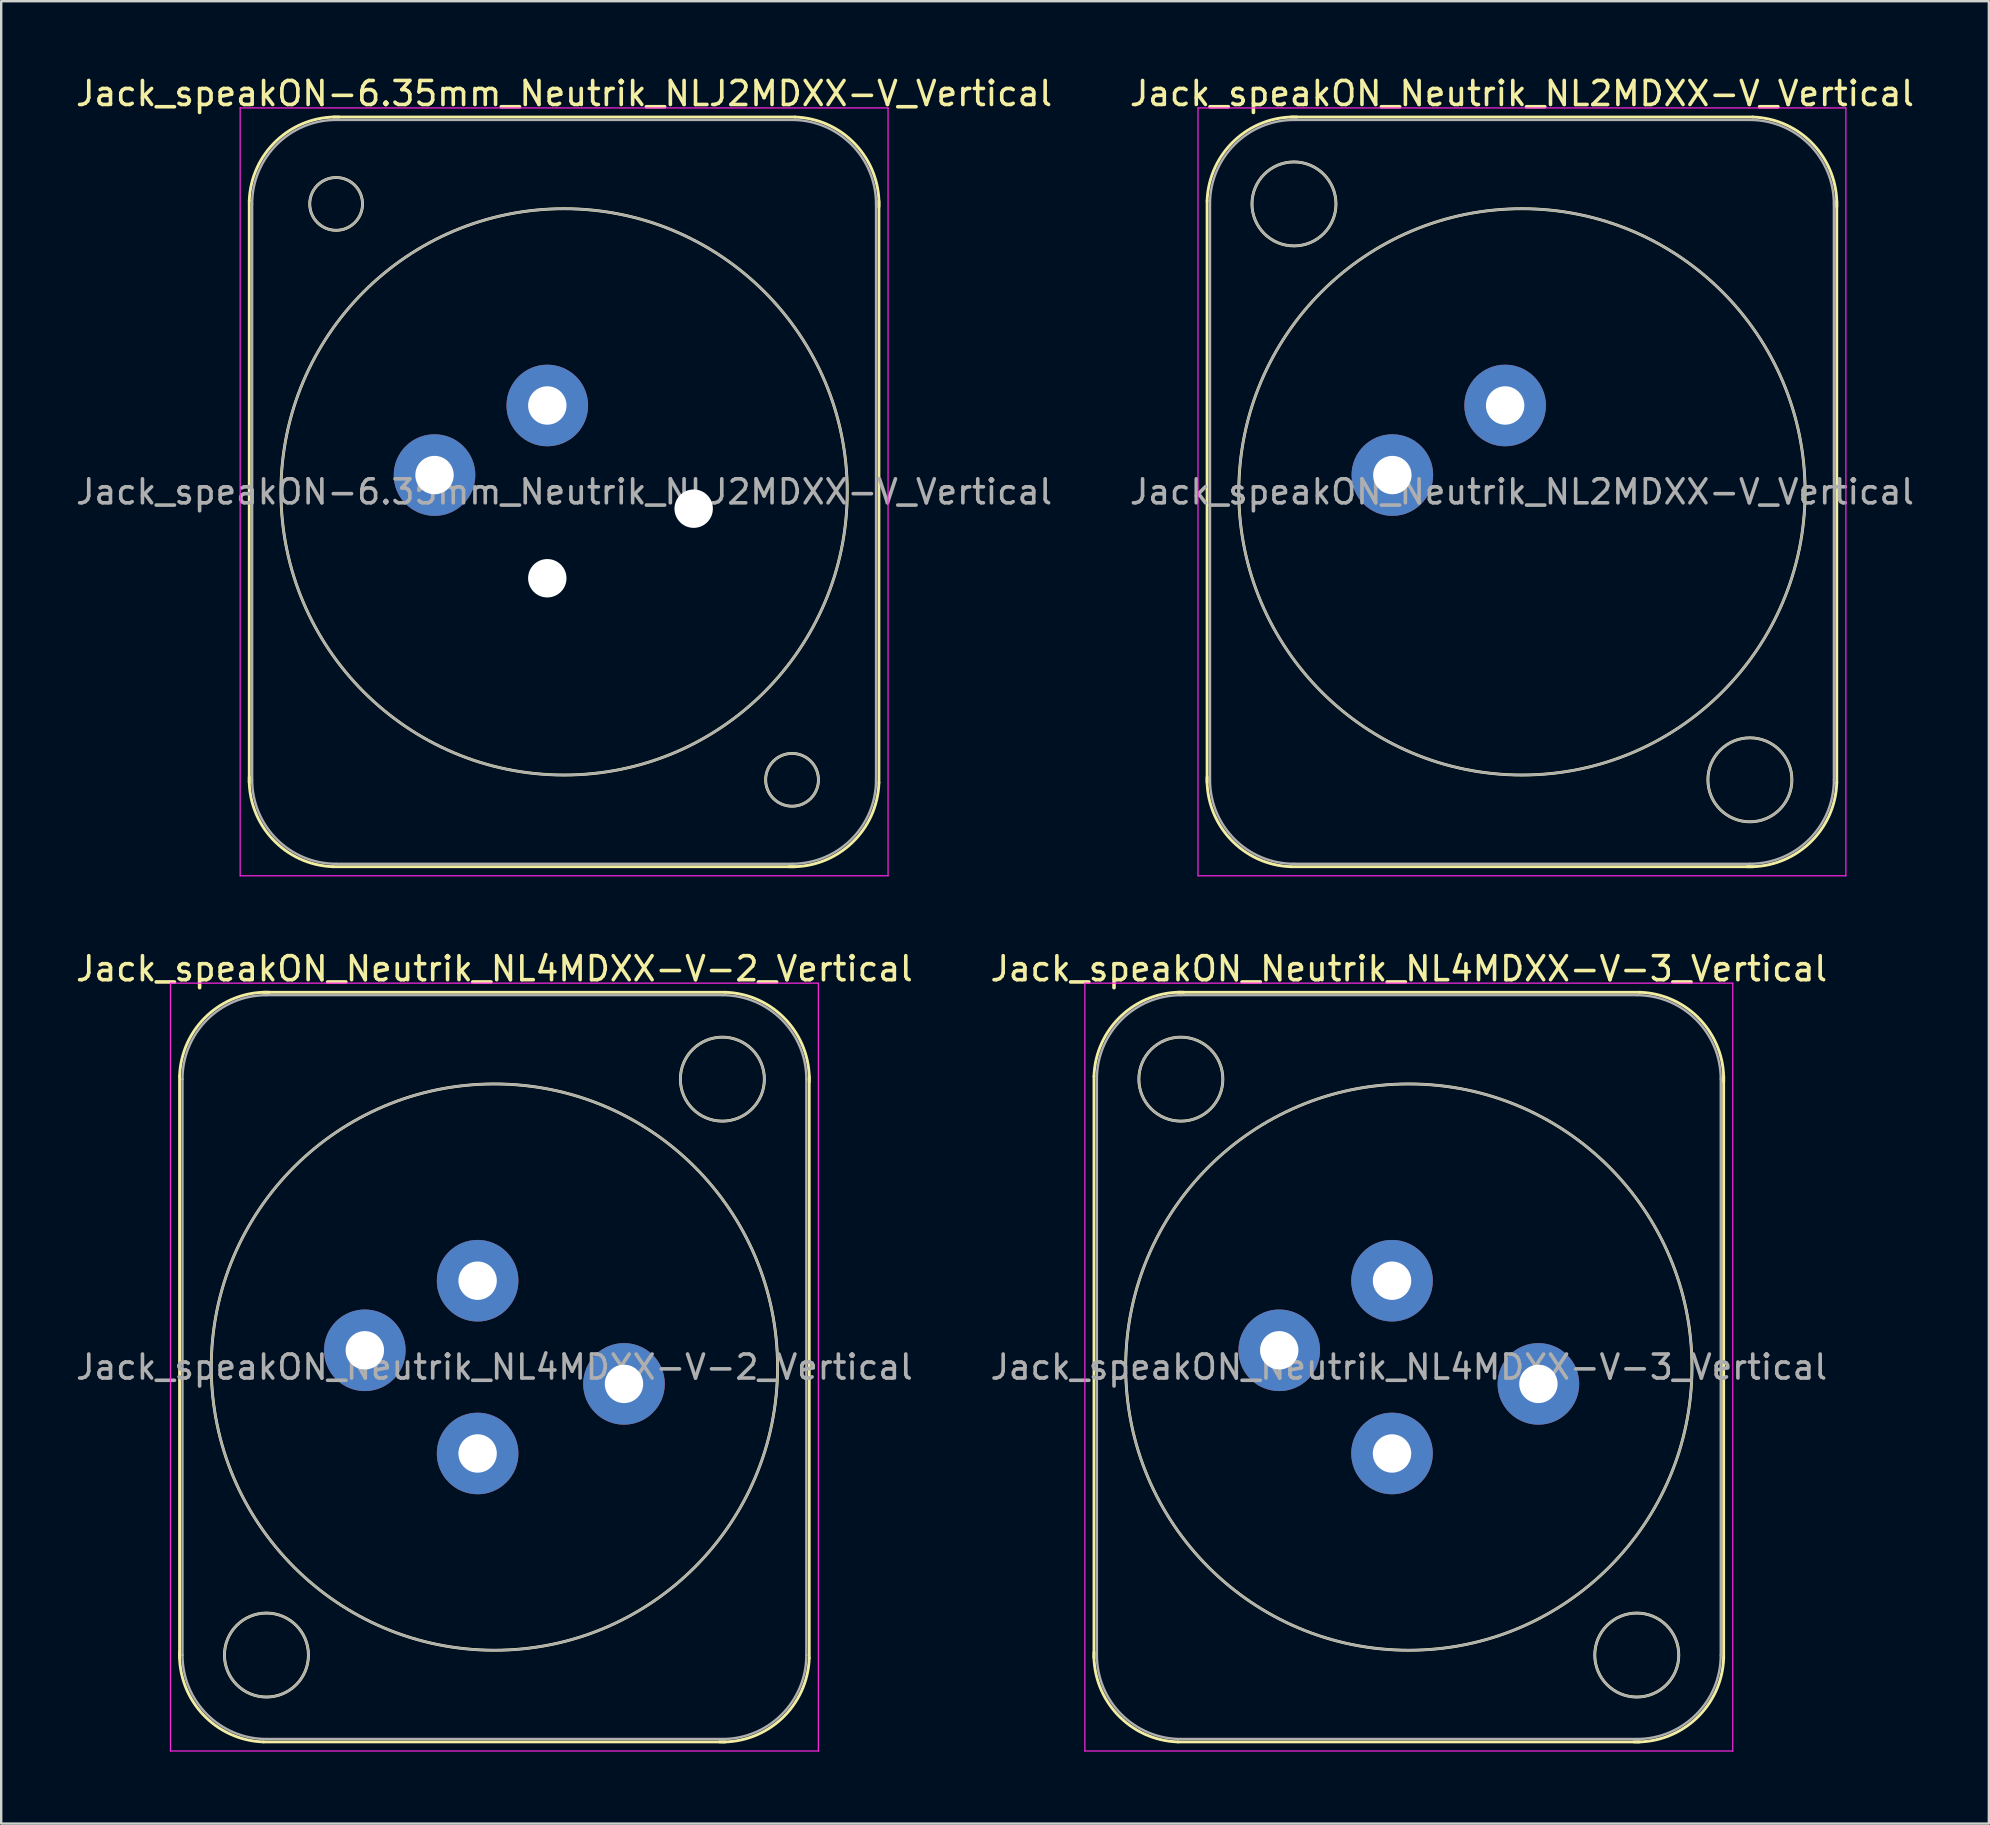
<source format=kicad_pcb>
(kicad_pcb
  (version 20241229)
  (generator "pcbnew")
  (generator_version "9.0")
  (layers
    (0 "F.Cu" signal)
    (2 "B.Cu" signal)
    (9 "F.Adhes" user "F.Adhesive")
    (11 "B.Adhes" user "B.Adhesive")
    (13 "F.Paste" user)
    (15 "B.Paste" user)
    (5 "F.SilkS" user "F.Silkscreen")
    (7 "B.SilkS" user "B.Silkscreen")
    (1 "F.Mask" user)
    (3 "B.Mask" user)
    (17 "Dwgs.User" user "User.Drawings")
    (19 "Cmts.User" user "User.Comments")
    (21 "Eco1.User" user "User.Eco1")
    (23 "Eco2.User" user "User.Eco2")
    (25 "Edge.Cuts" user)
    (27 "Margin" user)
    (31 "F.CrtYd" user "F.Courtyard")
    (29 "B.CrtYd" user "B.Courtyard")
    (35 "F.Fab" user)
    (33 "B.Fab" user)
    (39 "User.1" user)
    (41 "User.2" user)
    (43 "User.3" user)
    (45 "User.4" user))
  (footprint "Jack_speakON_Neutrik_NL2MDXX-V_Vertical"
    (layer "F.Cu")
    (at 59.675 13.848)
    (property "Reference" "Jack_speakON_Neutrik_NL2MDXX-V_Vertical" (at 0.7 -13 0) (layer "F.SilkS") (effects (font (size 1 1) (thickness 0.15))))
    (attr through_hole)
    (fp_line (start -12.42 15.72) (end -12.42 -8.52) (stroke (width 0.12) (type solid)) (layer "F.SilkS"))
    (fp_line (start -8.92 -12.02) (end 10.32 -12.02) (stroke (width 0.12) (type solid)) (layer "F.SilkS"))
    (fp_line (start -8.92 19.22) (end 10.32 19.22) (stroke (width 0.12) (type solid)) (layer "F.SilkS"))
    (fp_line (start 13.82 15.72) (end 13.82 -8.52) (stroke (width 0.12) (type solid)) (layer "F.SilkS"))
    (fp_arc (start -12.42 -8.52) (mid -11.274874 -11.044579) (end -8.68 -12.02) (stroke (width 0.12) (type solid)) (layer "F.SilkS"))
    (fp_arc (start -8.92 19.22) (mid -11.444579 18.074874) (end -12.42 15.48) (stroke (width 0.12) (type solid)) (layer "F.SilkS"))
    (fp_arc (start 10.32 -12.02) (mid 12.844579 -10.874874) (end 13.82 -8.28) (stroke (width 0.12) (type solid)) (layer "F.SilkS"))
    (fp_arc (start 13.82 15.72) (mid 12.674874 18.244579) (end 10.08 19.22) (stroke (width 0.12) (type solid)) (layer "F.SilkS"))
    (fp_circle (center -8.8 -8.4) (end -7.05 -8.4) (stroke (width 0.12) (type solid)) (fill no) (layer "F.SilkS"))
    (fp_circle (center 0.7 3.6) (end 12.5 3.6) (stroke (width 0.12) (type solid)) (fill no) (layer "F.SilkS"))
    (fp_circle (center 10.2 15.6) (end 11.95 15.6) (stroke (width 0.12) (type solid)) (fill no) (layer "F.SilkS"))
    (fp_line (start -12.8 -12.4) (end 14.2 -12.4) (stroke (width 0.05) (type solid)) (layer "F.CrtYd"))
    (fp_line (start -12.8 19.6) (end -12.8 -12.4) (stroke (width 0.05) (type solid)) (layer "F.CrtYd"))
    (fp_line (start -12.8 19.6) (end 14.2 19.6) (stroke (width 0.05) (type solid)) (layer "F.CrtYd"))
    (fp_line (start 14.2 19.6) (end 14.2 -12.4) (stroke (width 0.05) (type solid)) (layer "F.CrtYd"))
    (fp_line (start -12.3 15.6) (end -12.3 -8.4) (stroke (width 0.1) (type solid)) (layer "F.Fab"))
    (fp_line (start -8.8 -11.9) (end 10.2 -11.9) (stroke (width 0.1) (type solid)) (layer "F.Fab"))
    (fp_line (start -8.8 19.1) (end 10.2 19.1) (stroke (width 0.1) (type solid)) (layer "F.Fab"))
    (fp_line (start 13.7 15.6) (end 13.7 -8.4) (stroke (width 0.1) (type solid)) (layer "F.Fab"))
    (fp_arc (start -12.3 -8.4) (mid -11.274874 -10.874874) (end -8.8 -11.9) (stroke (width 0.1) (type solid)) (layer "F.Fab"))
    (fp_arc (start -8.8 19.1) (mid -11.274874 18.074874) (end -12.3 15.6) (stroke (width 0.1) (type solid)) (layer "F.Fab"))
    (fp_arc (start 10.2 -11.9) (mid 12.674874 -10.874874) (end 13.7 -8.4) (stroke (width 0.1) (type solid)) (layer "F.Fab"))
    (fp_arc (start 13.7 15.6) (mid 12.674874 18.074874) (end 10.2 19.1) (stroke (width 0.1) (type solid)) (layer "F.Fab"))
    (fp_circle (center -8.8 -8.4) (end -7.05 -8.4) (stroke (width 0.1) (type solid)) (fill no) (layer "F.Fab"))
    (fp_circle (center 0.7 3.6) (end 12.5 3.6) (stroke (width 0.1) (type solid)) (fill no) (layer "F.Fab"))
    (fp_circle (center 10.2 15.6) (end 8.45 15.6) (stroke (width 0.1) (type solid)) (fill no) (layer "F.Fab"))
    (fp_text user "${REFERENCE}" (at 0.7 3.6 0) (layer "F.Fab") (effects (font (size 1 1) (thickness 0.15))))
    (pad "1+" thru_hole circle (at 0 0) (size 3.4 3.4) (drill 1.6) (layers "*.Cu" "*.Mask"))
    (pad "1-" thru_hole circle (at -4.7 2.9) (size 3.4 3.4) (drill 1.6) (layers "*.Cu" "*.Mask")))
  (footprint "Jack_speakON-6.35mm_Neutrik_NLJ2MDXX-V_Vertical"
    (layer "F.Cu")
    (at 19.758 13.848)
    (property "Reference" "Jack_speakON-6.35mm_Neutrik_NLJ2MDXX-V_Vertical" (at 0.7 -13 0) (layer "F.SilkS") (effects (font (size 1 1) (thickness 0.15))))
    (attr through_hole)
    (fp_line (start -12.42 15.72) (end -12.42 -8.52) (stroke (width 0.12) (type solid)) (layer "F.SilkS"))
    (fp_line (start -8.92 -12.02) (end 10.32 -12.02) (stroke (width 0.12) (type solid)) (layer "F.SilkS"))
    (fp_line (start -8.92 19.22) (end 10.32 19.22) (stroke (width 0.12) (type solid)) (layer "F.SilkS"))
    (fp_line (start 13.82 15.72) (end 13.82 -8.52) (stroke (width 0.12) (type solid)) (layer "F.SilkS"))
    (fp_arc (start -12.42 -8.52) (mid -11.274874 -11.044579) (end -8.68 -12.02) (stroke (width 0.12) (type solid)) (layer "F.SilkS"))
    (fp_arc (start -8.92 19.22) (mid -11.444579 18.074874) (end -12.42 15.48) (stroke (width 0.12) (type solid)) (layer "F.SilkS"))
    (fp_arc (start 10.32 -12.02) (mid 12.844579 -10.874874) (end 13.82 -8.28) (stroke (width 0.12) (type solid)) (layer "F.SilkS"))
    (fp_arc (start 13.82 15.72) (mid 12.674874 18.244579) (end 10.08 19.22) (stroke (width 0.12) (type solid)) (layer "F.SilkS"))
    (fp_circle (center -8.8 -8.4) (end -7.7 -8.4) (stroke (width 0.12) (type solid)) (fill no) (layer "F.SilkS"))
    (fp_circle (center 0.7 3.6) (end 12.5 3.6) (stroke (width 0.12) (type solid)) (fill no) (layer "F.SilkS"))
    (fp_circle (center 10.2 15.6) (end 11.3 15.6) (stroke (width 0.12) (type solid)) (fill no) (layer "F.SilkS"))
    (fp_line (start -12.8 -12.4) (end 14.2 -12.4) (stroke (width 0.05) (type solid)) (layer "F.CrtYd"))
    (fp_line (start -12.8 19.6) (end -12.8 -12.4) (stroke (width 0.05) (type solid)) (layer "F.CrtYd"))
    (fp_line (start -12.8 19.6) (end 14.2 19.6) (stroke (width 0.05) (type solid)) (layer "F.CrtYd"))
    (fp_line (start 14.2 19.6) (end 14.2 -12.4) (stroke (width 0.05) (type solid)) (layer "F.CrtYd"))
    (fp_line (start -12.3 15.6) (end -12.3 -8.4) (stroke (width 0.1) (type solid)) (layer "F.Fab"))
    (fp_line (start -8.8 -11.9) (end 10.2 -11.9) (stroke (width 0.1) (type solid)) (layer "F.Fab"))
    (fp_line (start -8.8 19.1) (end 10.2 19.1) (stroke (width 0.1) (type solid)) (layer "F.Fab"))
    (fp_line (start 13.7 15.6) (end 13.7 -8.4) (stroke (width 0.1) (type solid)) (layer "F.Fab"))
    (fp_arc (start -12.3 -8.4) (mid -11.274874 -10.874874) (end -8.8 -11.9) (stroke (width 0.1) (type solid)) (layer "F.Fab"))
    (fp_arc (start -8.8 19.1) (mid -11.274874 18.074874) (end -12.3 15.6) (stroke (width 0.1) (type solid)) (layer "F.Fab"))
    (fp_arc (start 10.2 -11.9) (mid 12.674874 -10.874874) (end 13.7 -8.4) (stroke (width 0.1) (type solid)) (layer "F.Fab"))
    (fp_arc (start 13.7 15.6) (mid 12.674874 18.074874) (end 10.2 19.1) (stroke (width 0.1) (type solid)) (layer "F.Fab"))
    (fp_circle (center -8.8 -8.4) (end -7.7 -8.4) (stroke (width 0.1) (type solid)) (fill no) (layer "F.Fab"))
    (fp_circle (center 0.7 3.6) (end 12.5 3.6) (stroke (width 0.1) (type solid)) (fill no) (layer "F.Fab"))
    (fp_circle (center 10.2 15.6) (end 9.1 15.6) (stroke (width 0.1) (type solid)) (fill no) (layer "F.Fab"))
    (fp_text user "${REFERENCE}" (at 0.7 3.6 0) (layer "F.Fab") (effects (font (size 1 1) (thickness 0.15))))
    (pad "" np_thru_hole circle (at 0 7.2) (size 1.6 1.6) (drill 1.6) (layers "*.Cu" "*.Mask"))
    (pad "" np_thru_hole circle (at 6.1 4.3) (size 1.6 1.6) (drill 1.6) (layers "*.Cu" "*.Mask"))
    (pad "1+" thru_hole circle (at 0 0) (size 3.4 3.4) (drill 1.6) (layers "*.Cu" "*.Mask"))
    (pad "1-" thru_hole circle (at -4.7 2.9) (size 3.4 3.4) (drill 1.6) (layers "*.Cu" "*.Mask")))
  (footprint "Jack_speakON_Neutrik_NL4MDXX-V-3_Vertical"
    (layer "F.Cu")
    (at 54.961 50.322)
    (property "Reference" "Jack_speakON_Neutrik_NL4MDXX-V-3_Vertical" (at 0.7 -13 0) (layer "F.SilkS") (effects (font (size 1 1) (thickness 0.15))))
    (attr through_hole)
    (fp_line (start -12.42 15.72) (end -12.42 -8.52) (stroke (width 0.12) (type solid)) (layer "F.SilkS"))
    (fp_line (start -8.92 -12.02) (end 10.32 -12.02) (stroke (width 0.12) (type solid)) (layer "F.SilkS"))
    (fp_line (start -8.92 19.22) (end 10.32 19.22) (stroke (width 0.12) (type solid)) (layer "F.SilkS"))
    (fp_line (start 13.82 15.72) (end 13.82 -8.52) (stroke (width 0.12) (type solid)) (layer "F.SilkS"))
    (fp_arc (start -12.42 -8.52) (mid -11.274874 -11.044579) (end -8.68 -12.02) (stroke (width 0.12) (type solid)) (layer "F.SilkS"))
    (fp_arc (start -8.92 19.22) (mid -11.444579 18.074874) (end -12.42 15.48) (stroke (width 0.12) (type solid)) (layer "F.SilkS"))
    (fp_arc (start 10.32 -12.02) (mid 12.844579 -10.874874) (end 13.82 -8.28) (stroke (width 0.12) (type solid)) (layer "F.SilkS"))
    (fp_arc (start 13.82 15.72) (mid 12.674874 18.244579) (end 10.08 19.22) (stroke (width 0.12) (type solid)) (layer "F.SilkS"))
    (fp_circle (center -8.8 -8.4) (end -7.05 -8.4) (stroke (width 0.12) (type solid)) (fill no) (layer "F.SilkS"))
    (fp_circle (center 0.7 3.6) (end 12.5 3.6) (stroke (width 0.12) (type solid)) (fill no) (layer "F.SilkS"))
    (fp_circle (center 10.2 15.6) (end 11.95 15.6) (stroke (width 0.12) (type solid)) (fill no) (layer "F.SilkS"))
    (fp_line (start -12.8 -12.4) (end 14.2 -12.4) (stroke (width 0.05) (type solid)) (layer "F.CrtYd"))
    (fp_line (start -12.8 19.6) (end -12.8 -12.4) (stroke (width 0.05) (type solid)) (layer "F.CrtYd"))
    (fp_line (start -12.8 19.6) (end 14.2 19.6) (stroke (width 0.05) (type solid)) (layer "F.CrtYd"))
    (fp_line (start 14.2 19.6) (end 14.2 -12.4) (stroke (width 0.05) (type solid)) (layer "F.CrtYd"))
    (fp_line (start -12.3 15.6) (end -12.3 -8.4) (stroke (width 0.1) (type solid)) (layer "F.Fab"))
    (fp_line (start -8.8 -11.9) (end 10.2 -11.9) (stroke (width 0.1) (type solid)) (layer "F.Fab"))
    (fp_line (start -8.8 19.1) (end 10.2 19.1) (stroke (width 0.1) (type solid)) (layer "F.Fab"))
    (fp_line (start 13.7 15.6) (end 13.7 -8.4) (stroke (width 0.1) (type solid)) (layer "F.Fab"))
    (fp_arc (start -12.3 -8.4) (mid -11.274874 -10.874874) (end -8.8 -11.9) (stroke (width 0.1) (type solid)) (layer "F.Fab"))
    (fp_arc (start -8.8 19.1) (mid -11.274874 18.074874) (end -12.3 15.6) (stroke (width 0.1) (type solid)) (layer "F.Fab"))
    (fp_arc (start 10.2 -11.9) (mid 12.674874 -10.874874) (end 13.7 -8.4) (stroke (width 0.1) (type solid)) (layer "F.Fab"))
    (fp_arc (start 13.7 15.6) (mid 12.674874 18.074874) (end 10.2 19.1) (stroke (width 0.1) (type solid)) (layer "F.Fab"))
    (fp_circle (center -8.8 -8.4) (end -7.05 -8.4) (stroke (width 0.1) (type solid)) (fill no) (layer "F.Fab"))
    (fp_circle (center 0.7 3.6) (end 12.5 3.6) (stroke (width 0.1) (type solid)) (fill no) (layer "F.Fab"))
    (fp_circle (center 10.2 15.6) (end 8.45 15.6) (stroke (width 0.1) (type solid)) (fill no) (layer "F.Fab"))
    (fp_text user "${REFERENCE}" (at 0.7 3.6 0) (layer "F.Fab") (effects (font (size 1 1) (thickness 0.15))))
    (pad "1+" thru_hole circle (at 0 0) (size 3.4 3.4) (drill 1.6) (layers "*.Cu" "*.Mask"))
    (pad "1-" thru_hole circle (at -4.7 2.9) (size 3.4 3.4) (drill 1.6) (layers "*.Cu" "*.Mask"))
    (pad "2+" thru_hole circle (at 0 7.2) (size 3.4 3.4) (drill 1.6) (layers "*.Cu" "*.Mask"))
    (pad "2-" thru_hole circle (at 6.1 4.3) (size 3.4 3.4) (drill 1.6) (layers "*.Cu" "*.Mask")))
  (footprint "Jack_speakON_Neutrik_NL4MDXX-V-2_Vertical"
    (layer "F.Cu")
    (at 16.854 50.322)
    (property "Reference" "Jack_speakON_Neutrik_NL4MDXX-V-2_Vertical" (at 0.7 -13 0) (layer "F.SilkS") (effects (font (size 1 1) (thickness 0.15))))
    (attr through_hole)
    (fp_line (start -12.42 15.72) (end -12.42 -8.52) (stroke (width 0.12) (type solid)) (layer "F.SilkS"))
    (fp_line (start -8.92 -12.02) (end 10.32 -12.02) (stroke (width 0.12) (type solid)) (layer "F.SilkS"))
    (fp_line (start -8.92 19.22) (end 10.32 19.22) (stroke (width 0.12) (type solid)) (layer "F.SilkS"))
    (fp_line (start 13.82 15.72) (end 13.82 -8.52) (stroke (width 0.12) (type solid)) (layer "F.SilkS"))
    (fp_arc (start -12.42 -8.52) (mid -11.274874 -11.044579) (end -8.68 -12.02) (stroke (width 0.12) (type solid)) (layer "F.SilkS"))
    (fp_arc (start -8.92 19.22) (mid -11.444579 18.074874) (end -12.42 15.48) (stroke (width 0.12) (type solid)) (layer "F.SilkS"))
    (fp_arc (start 10.32 -12.02) (mid 12.844579 -10.874874) (end 13.82 -8.28) (stroke (width 0.12) (type solid)) (layer "F.SilkS"))
    (fp_arc (start 13.82 15.72) (mid 12.674874 18.244579) (end 10.08 19.22) (stroke (width 0.12) (type solid)) (layer "F.SilkS"))
    (fp_circle (center -8.8 15.6) (end -7.05 15.6) (stroke (width 0.12) (type solid)) (fill no) (layer "F.SilkS"))
    (fp_circle (center 0.7 3.6) (end 12.5 3.6) (stroke (width 0.12) (type solid)) (fill no) (layer "F.SilkS"))
    (fp_circle (center 10.2 -8.4) (end 11.95 -8.4) (stroke (width 0.12) (type solid)) (fill no) (layer "F.SilkS"))
    (fp_line (start -12.8 -12.4) (end 14.2 -12.4) (stroke (width 0.05) (type solid)) (layer "F.CrtYd"))
    (fp_line (start -12.8 19.6) (end -12.8 -12.4) (stroke (width 0.05) (type solid)) (layer "F.CrtYd"))
    (fp_line (start -12.8 19.6) (end 14.2 19.6) (stroke (width 0.05) (type solid)) (layer "F.CrtYd"))
    (fp_line (start 14.2 19.6) (end 14.2 -12.4) (stroke (width 0.05) (type solid)) (layer "F.CrtYd"))
    (fp_line (start -12.3 15.6) (end -12.3 -8.4) (stroke (width 0.1) (type solid)) (layer "F.Fab"))
    (fp_line (start -8.8 -11.9) (end 10.2 -11.9) (stroke (width 0.1) (type solid)) (layer "F.Fab"))
    (fp_line (start -8.8 19.1) (end 10.2 19.1) (stroke (width 0.1) (type solid)) (layer "F.Fab"))
    (fp_line (start 13.7 15.6) (end 13.7 -8.4) (stroke (width 0.1) (type solid)) (layer "F.Fab"))
    (fp_arc (start -12.3 -8.4) (mid -11.274874 -10.874874) (end -8.8 -11.9) (stroke (width 0.1) (type solid)) (layer "F.Fab"))
    (fp_arc (start -8.8 19.1) (mid -11.274874 18.074874) (end -12.3 15.6) (stroke (width 0.1) (type solid)) (layer "F.Fab"))
    (fp_arc (start 10.2 -11.9) (mid 12.674874 -10.874874) (end 13.7 -8.4) (stroke (width 0.1) (type solid)) (layer "F.Fab"))
    (fp_arc (start 13.7 15.6) (mid 12.674874 18.074874) (end 10.2 19.1) (stroke (width 0.1) (type solid)) (layer "F.Fab"))
    (fp_circle (center -8.8 15.6) (end -10.55 15.6) (stroke (width 0.1) (type solid)) (fill no) (layer "F.Fab"))
    (fp_circle (center 0.7 3.6) (end 12.5 3.6) (stroke (width 0.1) (type solid)) (fill no) (layer "F.Fab"))
    (fp_circle (center 10.2 -8.4) (end 11.95 -8.4) (stroke (width 0.1) (type solid)) (fill no) (layer "F.Fab"))
    (fp_text user "${REFERENCE}" (at 0.7 3.6 0) (layer "F.Fab") (effects (font (size 1 1) (thickness 0.15))))
    (pad "1+" thru_hole circle (at 0 0) (size 3.4 3.4) (drill 1.6) (layers "*.Cu" "*.Mask"))
    (pad "1-" thru_hole circle (at -4.7 2.9) (size 3.4 3.4) (drill 1.6) (layers "*.Cu" "*.Mask"))
    (pad "2+" thru_hole circle (at 0 7.2) (size 3.4 3.4) (drill 1.6) (layers "*.Cu" "*.Mask"))
    (pad "2-" thru_hole circle (at 6.1 4.3) (size 3.4 3.4) (drill 1.6) (layers "*.Cu" "*.Mask")))
  (gr_rect
    (start -3 -3)
    (end 79.833 72.947)
    (stroke (width 0.1) (type default))
    (fill no)
    (layer "Edge.Cuts")))
</source>
